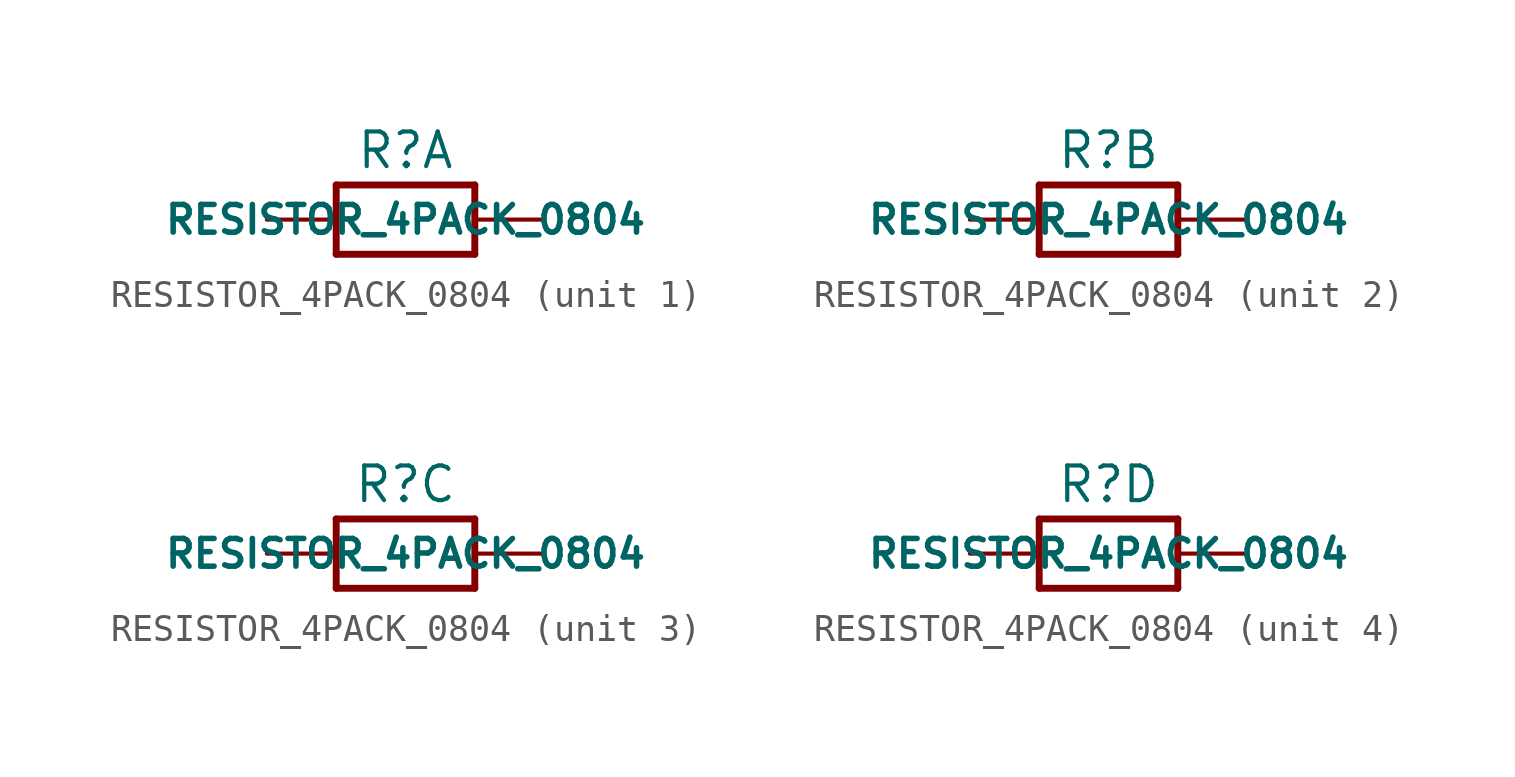
<source format=kicad_sym>
(kicad_symbol_lib
  (version 20211014)
  (generator kicad_symbol_editor)
  (symbol "RESISTOR_4PACK_0804"
    (property "Reference" "R"
      (at 0 2.54 0)
      (effects (font (size 1.27 1.27))))
    (property "Value" "RESISTOR_4PACK_0804"
      (at 0 0 0)
      (effects (font (size 1.016 1.016) bold)))
    (property "ki_locked" ""
      (at 0 0 0)
      (effects (font (size 1.27 1.27))))
    (symbol "RESISTOR_4PACK_0804_1_0"
      (polyline (pts (xy -2.54 -1.27) (xy -2.54 1.27)) (stroke (width 0.254) (type default) (color 0 0 0 0)) (fill (type none)))
      (polyline (pts (xy -2.54 1.27) (xy 2.54 1.27)) (stroke (width 0.254) (type default) (color 0 0 0 0)) (fill (type none)))
      (polyline (pts (xy 2.54 -1.27) (xy -2.54 -1.27)) (stroke (width 0.254) (type default) (color 0 0 0 0)) (fill (type none)))
      (polyline (pts (xy 2.54 1.27) (xy 2.54 -1.27)) (stroke (width 0.254) (type default) (color 0 0 0 0)) (fill (type none)))
      (pin passive line (at -5.08 0 0) (length 2.54) (name "1" (effects (font (size 0 0)))) (number "1" (effects (font (size 0 0)))))
      (pin passive line (at 5.08 0 180) (length 2.54) (name "2" (effects (font (size 0 0)))) (number "8" (effects (font (size 0 0))))))
    (symbol "RESISTOR_4PACK_0804_2_0"
      (polyline (pts (xy -2.54 -1.27) (xy -2.54 1.27)) (stroke (width 0.254) (type default) (color 0 0 0 0)) (fill (type none)))
      (polyline (pts (xy -2.54 1.27) (xy 2.54 1.27)) (stroke (width 0.254) (type default) (color 0 0 0 0)) (fill (type none)))
      (polyline (pts (xy 2.54 -1.27) (xy -2.54 -1.27)) (stroke (width 0.254) (type default) (color 0 0 0 0)) (fill (type none)))
      (polyline (pts (xy 2.54 1.27) (xy 2.54 -1.27)) (stroke (width 0.254) (type default) (color 0 0 0 0)) (fill (type none)))
      (pin passive line (at -5.08 0 0) (length 2.54) (name "1" (effects (font (size 0 0)))) (number "2" (effects (font (size 0 0)))))
      (pin passive line (at 5.08 0 180) (length 2.54) (name "2" (effects (font (size 0 0)))) (number "7" (effects (font (size 0 0))))))
    (symbol "RESISTOR_4PACK_0804_3_0"
      (polyline (pts (xy -2.54 -1.27) (xy -2.54 1.27)) (stroke (width 0.254) (type default) (color 0 0 0 0)) (fill (type none)))
      (polyline (pts (xy -2.54 1.27) (xy 2.54 1.27)) (stroke (width 0.254) (type default) (color 0 0 0 0)) (fill (type none)))
      (polyline (pts (xy 2.54 -1.27) (xy -2.54 -1.27)) (stroke (width 0.254) (type default) (color 0 0 0 0)) (fill (type none)))
      (polyline (pts (xy 2.54 1.27) (xy 2.54 -1.27)) (stroke (width 0.254) (type default) (color 0 0 0 0)) (fill (type none)))
      (pin passive line (at -5.08 0 0) (length 2.54) (name "1" (effects (font (size 0 0)))) (number "3" (effects (font (size 0 0)))))
      (pin passive line (at 5.08 0 180) (length 2.54) (name "2" (effects (font (size 0 0)))) (number "6" (effects (font (size 0 0))))))
    (symbol "RESISTOR_4PACK_0804_4_0"
      (polyline (pts (xy -2.54 -1.27) (xy -2.54 1.27)) (stroke (width 0.254) (type default) (color 0 0 0 0)) (fill (type none)))
      (polyline (pts (xy -2.54 1.27) (xy 2.54 1.27)) (stroke (width 0.254) (type default) (color 0 0 0 0)) (fill (type none)))
      (polyline (pts (xy 2.54 -1.27) (xy -2.54 -1.27)) (stroke (width 0.254) (type default) (color 0 0 0 0)) (fill (type none)))
      (polyline (pts (xy 2.54 1.27) (xy 2.54 -1.27)) (stroke (width 0.254) (type default) (color 0 0 0 0)) (fill (type none)))
      (pin passive line (at -5.08 0 0) (length 2.54) (name "1" (effects (font (size 0 0)))) (number "4" (effects (font (size 0 0)))))
      (pin passive line (at 5.08 0 180) (length 2.54) (name "2" (effects (font (size 0 0)))) (number "5" (effects (font (size 0 0))))))))
</source>
